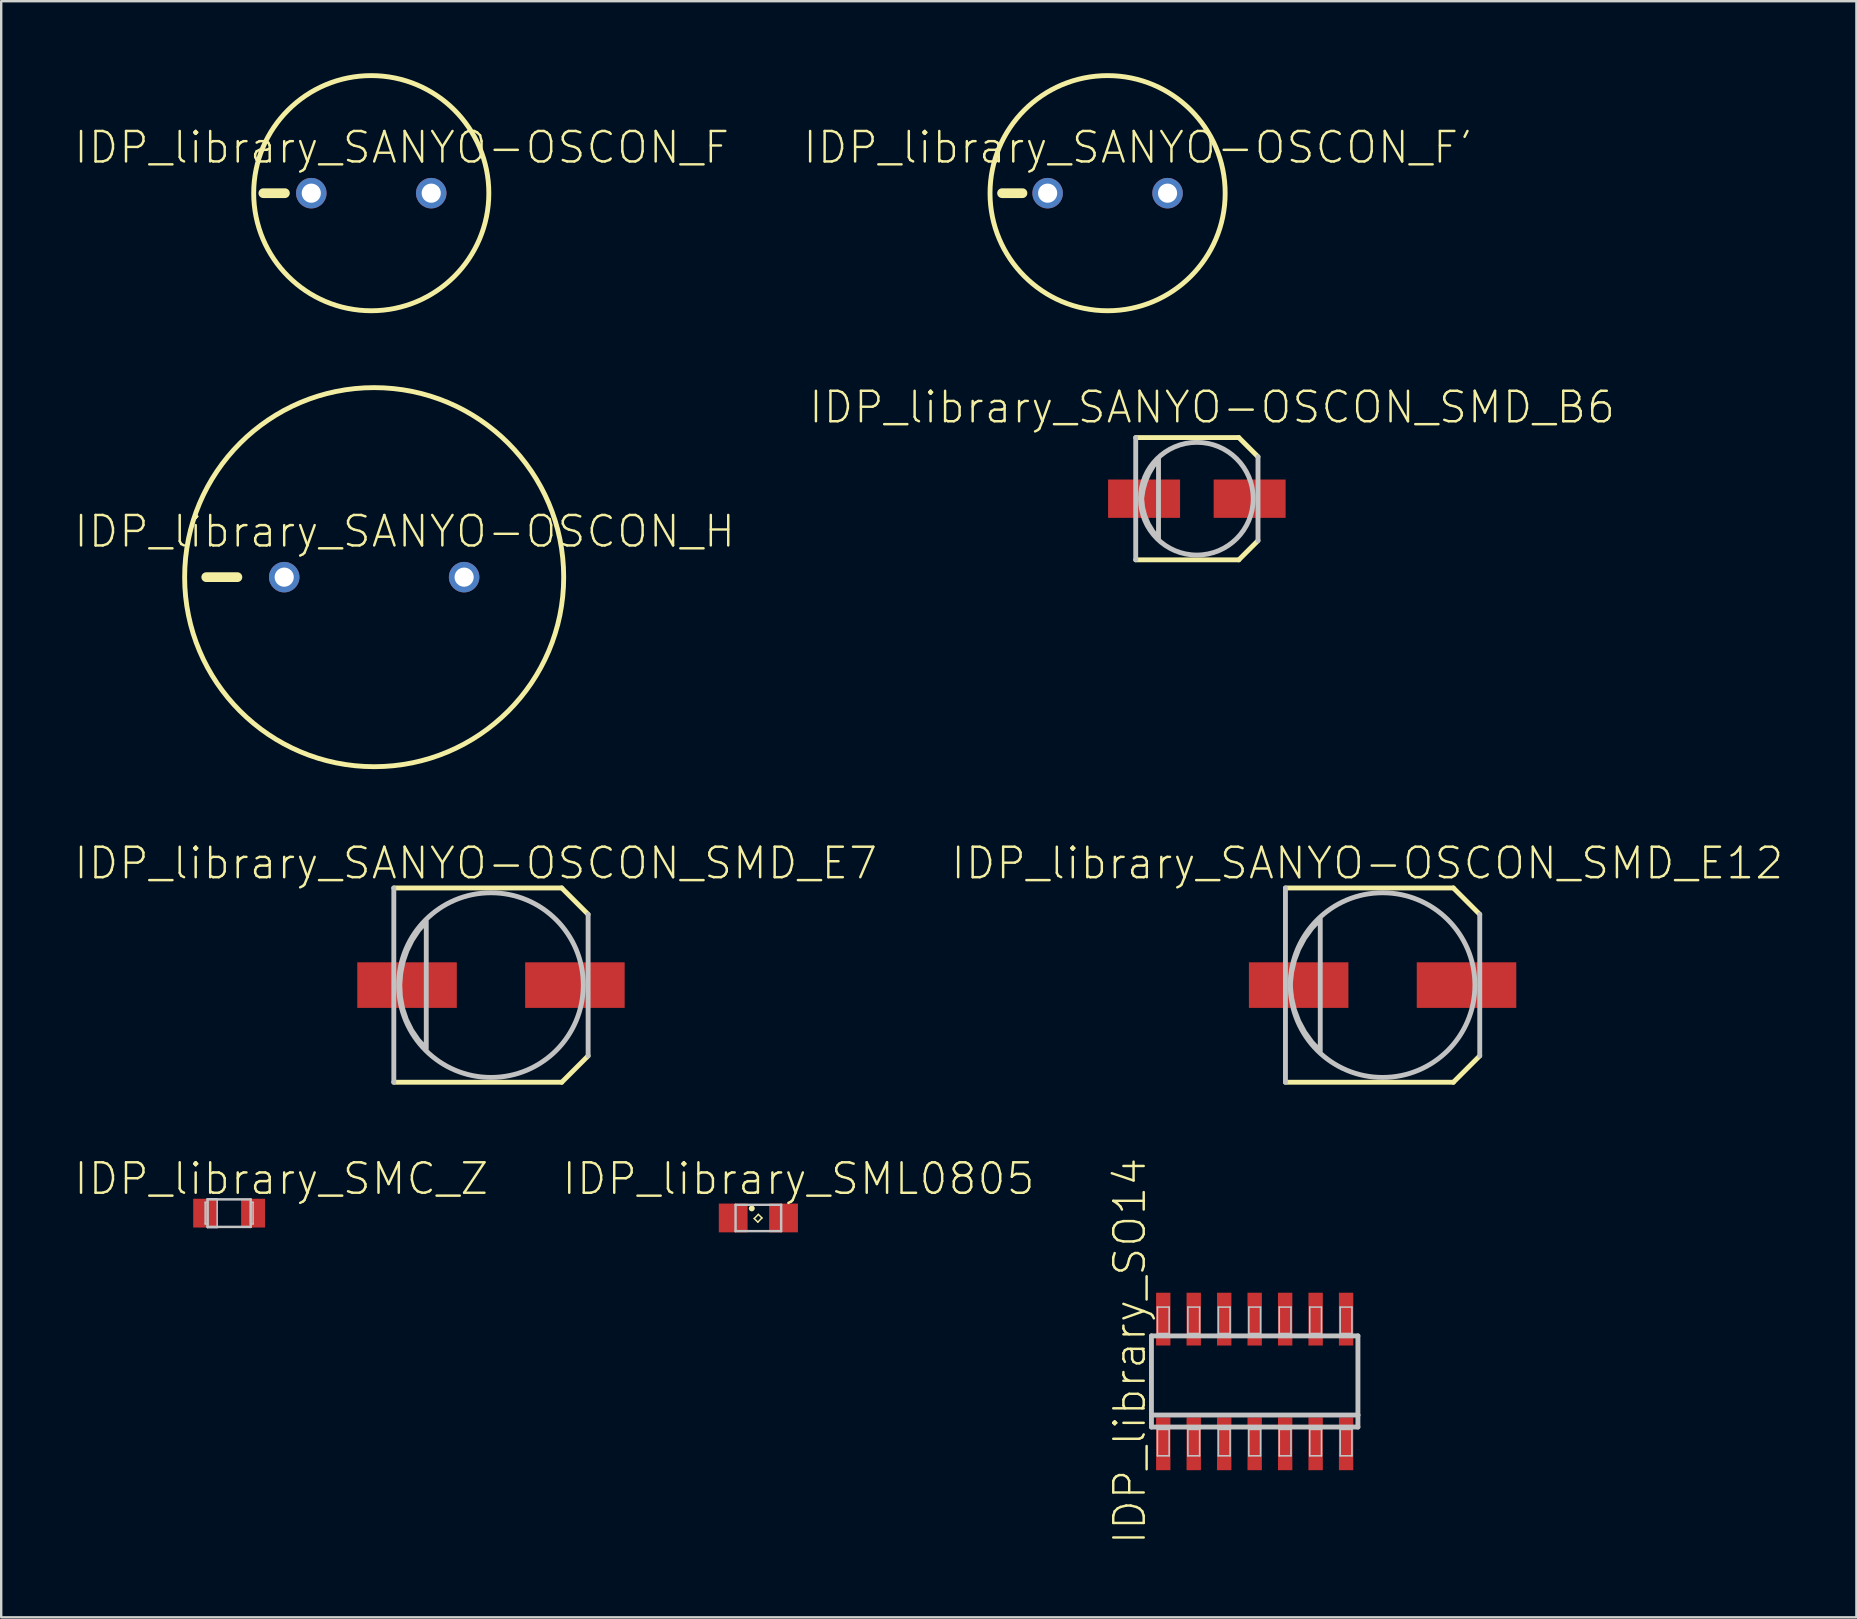
<source format=kicad_pcb>
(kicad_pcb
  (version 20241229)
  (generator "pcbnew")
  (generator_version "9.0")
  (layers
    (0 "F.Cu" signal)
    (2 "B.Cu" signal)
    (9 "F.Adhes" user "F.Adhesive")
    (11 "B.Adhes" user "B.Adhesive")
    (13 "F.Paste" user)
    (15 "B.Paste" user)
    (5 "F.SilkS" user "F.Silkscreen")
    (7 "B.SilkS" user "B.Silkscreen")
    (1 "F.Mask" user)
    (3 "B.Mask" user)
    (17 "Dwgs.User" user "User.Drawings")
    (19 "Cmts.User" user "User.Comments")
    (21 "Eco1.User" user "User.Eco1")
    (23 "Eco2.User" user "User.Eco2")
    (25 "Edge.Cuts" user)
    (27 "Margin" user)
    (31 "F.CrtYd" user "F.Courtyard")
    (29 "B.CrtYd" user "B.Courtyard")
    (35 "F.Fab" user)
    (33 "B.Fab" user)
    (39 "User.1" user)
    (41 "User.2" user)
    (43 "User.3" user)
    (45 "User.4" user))
  (footprint "IDP_library_SANYO-OSCON_F'"
    (layer "F.Cu")
    (at 43.111 5.001)
    (property "Reference" "IDP_library_SANYO-OSCON_F'" (at 1.27 -1.905 0) (layer "F.SilkS") (effects (font (size 1.27 1.27) (thickness 0.102))))
    (attr exclude_from_pos_files exclude_from_bom)
    (fp_line (start -3.548 0) (end -4.399 0) (stroke (width 0.406) (type solid)) (layer "F.SilkS"))
    (fp_circle (center 0 0) (end 0 -4.9) (stroke (width 0.203) (type solid)) (fill no) (layer "F.SilkS"))
    (pad "+" thru_hole circle (at 2.499 0) (size 1.27 1.27) (drill 0.798) (layers "*.Cu" "*.Paste" "*.Mask"))
    (pad "-" thru_hole circle (at -2.499 0) (size 1.27 1.27) (drill 0.798) (layers "*.Cu" "*.Paste" "*.Mask")))
  (footprint "IDP_library_SANYO-OSCON_SMD_E7"
    (layer "F.Cu")
    (at 17.412 38.006)
    (property "Reference" "IDP_library_SANYO-OSCON_SMD_E7" (at -0.635 -5.08 0) (layer "F.SilkS") (effects (font (size 1.27 1.27) (thickness 0.102))))
    (attr smd)
    (fp_line (start -4.049 -4.049) (end 2.949 -4.049) (stroke (width 0.203) (type solid)) (layer "F.SilkS"))
    (fp_line (start 2.949 -4.049) (end 4.049 -2.949) (stroke (width 0.203) (type solid)) (layer "F.SilkS"))
    (fp_line (start 2.949 4.049) (end -4.049 4.049) (stroke (width 0.203) (type solid)) (layer "F.SilkS"))
    (fp_line (start 4.049 2.949) (end 2.949 4.049) (stroke (width 0.203) (type solid)) (layer "F.SilkS"))
    (fp_line (start -4.049 4.049) (end -4.049 -4.049) (stroke (width 0.203) (type solid)) (layer "Dwgs.User"))
    (fp_line (start 4.049 -2.949) (end 4.049 2.949) (stroke (width 0.203) (type solid)) (layer "Dwgs.User"))
    (fp_circle (center 0 0) (end 0 -3.848) (stroke (width 0.203) (type solid)) (fill no) (layer "Dwgs.User"))
    (fp_poly (pts (xy -2.697 -2.649) (xy -2.697 2.649) (xy -3.03 2.286) (xy -3.307 1.88) (xy -3.526 1.438) (xy -3.683 0.973) (xy -3.774 0.49) (xy -3.8 0) (xy -3.762 -0.488) (xy -3.665 -0.968) (xy -3.505 -1.43) (xy -3.289 -1.869) (xy -3.02 -2.278) (xy -2.697 -2.649)) (stroke (width 0.203) (type solid)) (fill no) (layer "Dwgs.User"))
    (pad "+" smd rect (at 3.498 0) (size 4.148 1.9) (layers "F.Cu" "F.Mask" "F.Paste"))
    (pad "-" smd rect (at -3.498 0) (size 4.148 1.9) (layers "F.Cu" "F.Mask" "F.Paste")))
  (footprint "IDP_library_SANYO-OSCON_SMD_E12"
    (layer "F.Cu")
    (at 54.572 38.006)
    (property "Reference" "IDP_library_SANYO-OSCON_SMD_E12" (at -0.635 -5.08 0) (layer "F.SilkS") (effects (font (size 1.27 1.27) (thickness 0.102))))
    (attr smd)
    (fp_line (start -4.049 -4.049) (end 2.949 -4.049) (stroke (width 0.203) (type solid)) (layer "F.SilkS"))
    (fp_line (start 2.949 -4.049) (end 4.049 -2.949) (stroke (width 0.203) (type solid)) (layer "F.SilkS"))
    (fp_line (start 2.949 4.049) (end -4.049 4.049) (stroke (width 0.203) (type solid)) (layer "F.SilkS"))
    (fp_line (start 4.049 2.949) (end 2.949 4.049) (stroke (width 0.203) (type solid)) (layer "F.SilkS"))
    (fp_line (start -4.049 4.049) (end -4.049 -4.049) (stroke (width 0.203) (type solid)) (layer "Dwgs.User"))
    (fp_line (start 4.049 -2.949) (end 4.049 2.949) (stroke (width 0.203) (type solid)) (layer "Dwgs.User"))
    (fp_circle (center 0 0) (end 0 -3.848) (stroke (width 0.203) (type solid)) (fill no) (layer "Dwgs.User"))
    (fp_poly (pts (xy -2.598 2.748) (xy -2.598 -2.748) (xy -2.951 -2.372) (xy -3.254 -1.953) (xy -3.498 -1.499) (xy -3.68 -1.016) (xy -3.797 -0.513) (xy -3.848 0) (xy -3.797 0.513) (xy -3.68 1.016) (xy -3.498 1.499) (xy -3.254 1.953) (xy -2.954 2.372) (xy -2.598 2.748)) (stroke (width 0.203) (type solid)) (fill no) (layer "Dwgs.User"))
    (pad "+" smd rect (at 3.498 0) (size 4.148 1.9) (layers "F.Cu" "F.Mask" "F.Paste"))
    (pad "-" smd rect (at -3.498 0) (size 4.148 1.9) (layers "F.Cu" "F.Mask" "F.Paste")))
  (footprint "IDP_library_SMC_Z"
    (layer "F.Cu")
    (at 6.499 47.51)
    (property "Reference" "IDP_library_SMC_Z" (at 2.174 -1.433 0) (layer "F.SilkS") (effects (font (size 1.27 1.27) (thickness 0.102))))
    (attr smd)
    (fp_line (start -0.998 -0.45) (end -0.899 -0.45) (stroke (width 0.066) (type solid)) (layer "Dwgs.User"))
    (fp_line (start -0.998 0.45) (end -0.998 -0.45) (stroke (width 0.066) (type solid)) (layer "Dwgs.User"))
    (fp_line (start -0.998 0.45) (end -0.899 0.45) (stroke (width 0.066) (type solid)) (layer "Dwgs.User"))
    (fp_line (start -0.899 -0.599) (end -0.498 -0.599) (stroke (width 0.066) (type solid)) (layer "Dwgs.User"))
    (fp_line (start -0.899 -0.574) (end -0.899 0.574) (stroke (width 0.102) (type solid)) (layer "Dwgs.User"))
    (fp_line (start -0.899 -0.574) (end 0.899 -0.574) (stroke (width 0.102) (type solid)) (layer "Dwgs.User"))
    (fp_line (start -0.899 0.45) (end -0.899 -0.45) (stroke (width 0.066) (type solid)) (layer "Dwgs.User"))
    (fp_line (start -0.899 0.599) (end -0.899 -0.599) (stroke (width 0.066) (type solid)) (layer "Dwgs.User"))
    (fp_line (start -0.899 0.599) (end -0.498 0.599) (stroke (width 0.066) (type solid)) (layer "Dwgs.User"))
    (fp_line (start -0.498 0.599) (end -0.498 -0.599) (stroke (width 0.066) (type solid)) (layer "Dwgs.User"))
    (fp_line (start 0.899 -0.45) (end 0.899 0.45) (stroke (width 0.066) (type solid)) (layer "Dwgs.User"))
    (fp_line (start 0.899 0.574) (end -0.899 0.574) (stroke (width 0.102) (type solid)) (layer "Dwgs.User"))
    (fp_line (start 0.899 0.574) (end 0.899 -0.574) (stroke (width 0.102) (type solid)) (layer "Dwgs.User"))
    (fp_line (start 0.998 -0.45) (end 0.899 -0.45) (stroke (width 0.066) (type solid)) (layer "Dwgs.User"))
    (fp_line (start 0.998 -0.45) (end 0.998 0.45) (stroke (width 0.066) (type solid)) (layer "Dwgs.User"))
    (fp_line (start 0.998 0.45) (end 0.899 0.45) (stroke (width 0.066) (type solid)) (layer "Dwgs.User"))
    (pad "+" smd rect (at -0.998 0) (size 0.998 1.199) (layers "F.Cu" "F.Mask" "F.Paste"))
    (pad "-" smd rect (at 0.998 0) (size 0.998 1.199) (layers "F.Cu" "F.Mask" "F.Paste")))
  (footprint "IDP_library_SO14"
    (layer "F.Cu")
    (at 49.241 54.525)
    (property "Reference" "IDP_library_SO14" (at -5.207 -1.27 90) (layer "F.SilkS") (effects (font (size 1.27 1.27) (thickness 0.102))))
    (attr smd)
    (fp_line (start -4.303 -1.9) (end 4.303 -1.9) (stroke (width 0.203) (type solid)) (layer "Dwgs.User"))
    (fp_line (start -4.303 1.4) (end -4.303 -1.9) (stroke (width 0.203) (type solid)) (layer "Dwgs.User"))
    (fp_line (start -4.303 1.9) (end -4.303 1.4) (stroke (width 0.203) (type solid)) (layer "Dwgs.User"))
    (fp_line (start -4.054 -3.099) (end -3.564 -3.099) (stroke (width 0.066) (type solid)) (layer "Dwgs.User"))
    (fp_line (start -4.054 -1.999) (end -4.054 -3.099) (stroke (width 0.066) (type solid)) (layer "Dwgs.User"))
    (fp_line (start -4.054 -1.999) (end -3.564 -1.999) (stroke (width 0.066) (type solid)) (layer "Dwgs.User"))
    (fp_line (start -4.054 1.999) (end -3.564 1.999) (stroke (width 0.066) (type solid)) (layer "Dwgs.User"))
    (fp_line (start -4.054 3.099) (end -4.054 1.999) (stroke (width 0.066) (type solid)) (layer "Dwgs.User"))
    (fp_line (start -4.054 3.099) (end -3.564 3.099) (stroke (width 0.066) (type solid)) (layer "Dwgs.User"))
    (fp_line (start -3.564 -1.999) (end -3.564 -3.099) (stroke (width 0.066) (type solid)) (layer "Dwgs.User"))
    (fp_line (start -3.564 3.099) (end -3.564 1.999) (stroke (width 0.066) (type solid)) (layer "Dwgs.User"))
    (fp_line (start -2.784 -3.099) (end -2.294 -3.099) (stroke (width 0.066) (type solid)) (layer "Dwgs.User"))
    (fp_line (start -2.784 -1.999) (end -2.784 -3.099) (stroke (width 0.066) (type solid)) (layer "Dwgs.User"))
    (fp_line (start -2.784 -1.999) (end -2.294 -1.999) (stroke (width 0.066) (type solid)) (layer "Dwgs.User"))
    (fp_line (start -2.784 1.999) (end -2.294 1.999) (stroke (width 0.066) (type solid)) (layer "Dwgs.User"))
    (fp_line (start -2.784 3.099) (end -2.784 1.999) (stroke (width 0.066) (type solid)) (layer "Dwgs.User"))
    (fp_line (start -2.784 3.099) (end -2.294 3.099) (stroke (width 0.066) (type solid)) (layer "Dwgs.User"))
    (fp_line (start -2.294 -1.999) (end -2.294 -3.099) (stroke (width 0.066) (type solid)) (layer "Dwgs.User"))
    (fp_line (start -2.294 3.099) (end -2.294 1.999) (stroke (width 0.066) (type solid)) (layer "Dwgs.User"))
    (fp_line (start -1.514 -3.099) (end -1.024 -3.099) (stroke (width 0.066) (type solid)) (layer "Dwgs.User"))
    (fp_line (start -1.514 -1.999) (end -1.514 -3.099) (stroke (width 0.066) (type solid)) (layer "Dwgs.User"))
    (fp_line (start -1.514 -1.999) (end -1.024 -1.999) (stroke (width 0.066) (type solid)) (layer "Dwgs.User"))
    (fp_line (start -1.514 1.999) (end -1.024 1.999) (stroke (width 0.066) (type solid)) (layer "Dwgs.User"))
    (fp_line (start -1.514 3.099) (end -1.514 1.999) (stroke (width 0.066) (type solid)) (layer "Dwgs.User"))
    (fp_line (start -1.514 3.099) (end -1.024 3.099) (stroke (width 0.066) (type solid)) (layer "Dwgs.User"))
    (fp_line (start -1.024 -1.999) (end -1.024 -3.099) (stroke (width 0.066) (type solid)) (layer "Dwgs.User"))
    (fp_line (start -1.024 3.099) (end -1.024 1.999) (stroke (width 0.066) (type solid)) (layer "Dwgs.User"))
    (fp_line (start -0.244 -3.099) (end 0.244 -3.099) (stroke (width 0.066) (type solid)) (layer "Dwgs.User"))
    (fp_line (start -0.244 -1.999) (end -0.244 -3.099) (stroke (width 0.066) (type solid)) (layer "Dwgs.User"))
    (fp_line (start -0.244 -1.999) (end 0.244 -1.999) (stroke (width 0.066) (type solid)) (layer "Dwgs.User"))
    (fp_line (start -0.244 1.999) (end 0.244 1.999) (stroke (width 0.066) (type solid)) (layer "Dwgs.User"))
    (fp_line (start -0.244 3.099) (end -0.244 1.999) (stroke (width 0.066) (type solid)) (layer "Dwgs.User"))
    (fp_line (start -0.244 3.099) (end 0.244 3.099) (stroke (width 0.066) (type solid)) (layer "Dwgs.User"))
    (fp_line (start 0.244 -1.999) (end 0.244 -3.099) (stroke (width 0.066) (type solid)) (layer "Dwgs.User"))
    (fp_line (start 0.244 3.099) (end 0.244 1.999) (stroke (width 0.066) (type solid)) (layer "Dwgs.User"))
    (fp_line (start 1.024 -3.099) (end 1.514 -3.099) (stroke (width 0.066) (type solid)) (layer "Dwgs.User"))
    (fp_line (start 1.024 -1.999) (end 1.024 -3.099) (stroke (width 0.066) (type solid)) (layer "Dwgs.User"))
    (fp_line (start 1.024 -1.999) (end 1.514 -1.999) (stroke (width 0.066) (type solid)) (layer "Dwgs.User"))
    (fp_line (start 1.024 1.999) (end 1.514 1.999) (stroke (width 0.066) (type solid)) (layer "Dwgs.User"))
    (fp_line (start 1.024 3.099) (end 1.024 1.999) (stroke (width 0.066) (type solid)) (layer "Dwgs.User"))
    (fp_line (start 1.024 3.099) (end 1.514 3.099) (stroke (width 0.066) (type solid)) (layer "Dwgs.User"))
    (fp_line (start 1.514 -1.999) (end 1.514 -3.099) (stroke (width 0.066) (type solid)) (layer "Dwgs.User"))
    (fp_line (start 1.514 3.099) (end 1.514 1.999) (stroke (width 0.066) (type solid)) (layer "Dwgs.User"))
    (fp_line (start 2.294 -3.099) (end 2.784 -3.099) (stroke (width 0.066) (type solid)) (layer "Dwgs.User"))
    (fp_line (start 2.294 -1.999) (end 2.294 -3.099) (stroke (width 0.066) (type solid)) (layer "Dwgs.User"))
    (fp_line (start 2.294 -1.999) (end 2.784 -1.999) (stroke (width 0.066) (type solid)) (layer "Dwgs.User"))
    (fp_line (start 2.294 1.999) (end 2.784 1.999) (stroke (width 0.066) (type solid)) (layer "Dwgs.User"))
    (fp_line (start 2.294 3.099) (end 2.294 1.999) (stroke (width 0.066) (type solid)) (layer "Dwgs.User"))
    (fp_line (start 2.294 3.099) (end 2.784 3.099) (stroke (width 0.066) (type solid)) (layer "Dwgs.User"))
    (fp_line (start 2.784 -1.999) (end 2.784 -3.099) (stroke (width 0.066) (type solid)) (layer "Dwgs.User"))
    (fp_line (start 2.784 3.099) (end 2.784 1.999) (stroke (width 0.066) (type solid)) (layer "Dwgs.User"))
    (fp_line (start 3.564 -3.099) (end 4.054 -3.099) (stroke (width 0.066) (type solid)) (layer "Dwgs.User"))
    (fp_line (start 3.564 -1.999) (end 3.564 -3.099) (stroke (width 0.066) (type solid)) (layer "Dwgs.User"))
    (fp_line (start 3.564 -1.999) (end 4.054 -1.999) (stroke (width 0.066) (type solid)) (layer "Dwgs.User"))
    (fp_line (start 3.564 1.999) (end 4.054 1.999) (stroke (width 0.066) (type solid)) (layer "Dwgs.User"))
    (fp_line (start 3.564 3.099) (end 3.564 1.999) (stroke (width 0.066) (type solid)) (layer "Dwgs.User"))
    (fp_line (start 3.564 3.099) (end 4.054 3.099) (stroke (width 0.066) (type solid)) (layer "Dwgs.User"))
    (fp_line (start 4.054 -1.999) (end 4.054 -3.099) (stroke (width 0.066) (type solid)) (layer "Dwgs.User"))
    (fp_line (start 4.054 3.099) (end 4.054 1.999) (stroke (width 0.066) (type solid)) (layer "Dwgs.User"))
    (fp_line (start 4.303 -1.9) (end 4.303 1.4) (stroke (width 0.203) (type solid)) (layer "Dwgs.User"))
    (fp_line (start 4.303 1.4) (end -4.303 1.4) (stroke (width 0.203) (type solid)) (layer "Dwgs.User"))
    (fp_line (start 4.303 1.4) (end 4.303 1.9) (stroke (width 0.203) (type solid)) (layer "Dwgs.User"))
    (fp_line (start 4.303 1.9) (end -4.303 1.9) (stroke (width 0.203) (type solid)) (layer "Dwgs.User"))
    (pad "1" smd rect (at -3.81 2.598) (size 0.599 2.2) (layers "F.Cu" "F.Mask" "F.Paste"))
    (pad "2" smd rect (at -2.54 2.598) (size 0.599 2.2) (layers "F.Cu" "F.Mask" "F.Paste"))
    (pad "3" smd rect (at -1.27 2.598) (size 0.599 2.2) (layers "F.Cu" "F.Mask" "F.Paste"))
    (pad "4" smd rect (at 0 2.598) (size 0.599 2.2) (layers "F.Cu" "F.Mask" "F.Paste"))
    (pad "5" smd rect (at 1.27 2.598) (size 0.599 2.2) (layers "F.Cu" "F.Mask" "F.Paste"))
    (pad "6" smd rect (at 2.54 2.598) (size 0.599 2.2) (layers "F.Cu" "F.Mask" "F.Paste"))
    (pad "7" smd rect (at 3.81 2.598) (size 0.599 2.2) (layers "F.Cu" "F.Mask" "F.Paste"))
    (pad "8" smd rect (at 3.81 -2.598) (size 0.599 2.2) (layers "F.Cu" "F.Mask" "F.Paste"))
    (pad "9" smd rect (at 2.54 -2.598) (size 0.599 2.2) (layers "F.Cu" "F.Mask" "F.Paste"))
    (pad "10" smd rect (at 1.27 -2.598) (size 0.599 2.2) (layers "F.Cu" "F.Mask" "F.Paste"))
    (pad "11" smd rect (at 0 -2.598) (size 0.599 2.2) (layers "F.Cu" "F.Mask" "F.Paste"))
    (pad "12" smd rect (at -1.27 -2.598) (size 0.599 2.2) (layers "F.Cu" "F.Mask" "F.Paste"))
    (pad "13" smd rect (at -2.54 -2.598) (size 0.599 2.2) (layers "F.Cu" "F.Mask" "F.Paste"))
    (pad "14" smd rect (at -3.81 -2.598) (size 0.599 2.2) (layers "F.Cu" "F.Mask" "F.Paste")))
  (footprint "IDP_library_SANYO-OSCON_F"
    (layer "F.Cu")
    (at 12.423 5.001)
    (property "Reference" "IDP_library_SANYO-OSCON_F" (at 1.27 -1.905 0) (layer "F.SilkS") (effects (font (size 1.27 1.27) (thickness 0.102))))
    (attr exclude_from_pos_files exclude_from_bom)
    (fp_line (start -4.498 0) (end -3.599 0) (stroke (width 0.406) (type solid)) (layer "F.SilkS"))
    (fp_circle (center 0 0) (end 0 -4.9) (stroke (width 0.203) (type solid)) (fill no) (layer "F.SilkS"))
    (pad "+" thru_hole circle (at 2.499 0) (size 1.27 1.27) (drill 0.798) (layers "*.Cu" "*.Paste" "*.Mask"))
    (pad "-" thru_hole circle (at -2.499 0) (size 1.27 1.27) (drill 0.798) (layers "*.Cu" "*.Paste" "*.Mask")))
  (footprint "IDP_library_SML0805"
    (layer "F.Cu")
    (at 28.556 47.711)
    (property "Reference" "IDP_library_SML0805" (at 1.674 -1.633 0) (layer "F.SilkS") (effects (font (size 1.27 1.27) (thickness 0.102))))
    (attr smd)
    (fp_line (start -0.173 0.023) (end 0 -0.15) (stroke (width 0.061) (type solid)) (layer "F.SilkS"))
    (fp_line (start -0.023 0.173) (end -0.173 0.023) (stroke (width 0.061) (type solid)) (layer "F.SilkS"))
    (fp_line (start 0 -0.15) (end 0.15 0) (stroke (width 0.061) (type solid)) (layer "F.SilkS"))
    (fp_line (start 0.15 0) (end -0.023 0.173) (stroke (width 0.061) (type solid)) (layer "F.SilkS"))
    (fp_circle (center -0.274 -0.399) (end -0.274 -0.523) (stroke (width 0) (type solid)) (fill yes) (layer "F.SilkS"))
    (fp_line (start -0.95 -0.549) (end -0.95 0.549) (stroke (width 0.102) (type solid)) (layer "Dwgs.User"))
    (fp_line (start -0.95 0.549) (end 0.95 0.549) (stroke (width 0.102) (type solid)) (layer "Dwgs.User"))
    (fp_line (start 0.95 -0.549) (end -0.95 -0.549) (stroke (width 0.102) (type solid)) (layer "Dwgs.User"))
    (fp_line (start 0.95 0.549) (end 0.95 -0.549) (stroke (width 0.102) (type solid)) (layer "Dwgs.User"))
    (pad "A" smd rect (at 1.049 0) (size 1.199 1.199) (layers "F.Cu" "F.Mask" "F.Paste"))
    (pad "C" smd rect (at -1.049 0) (size 1.199 1.199) (layers "F.Cu" "F.Mask" "F.Paste")))
  (footprint "IDP_library_SANYO-OSCON_H"
    (layer "F.Cu")
    (at 12.544 21.004)
    (property "Reference" "IDP_library_SANYO-OSCON_H" (at 1.27 -1.905 0) (layer "F.SilkS") (effects (font (size 1.27 1.27) (thickness 0.102))))
    (attr exclude_from_pos_files exclude_from_bom)
    (fp_line (start -6.998 0) (end -5.7 0) (stroke (width 0.406) (type solid)) (layer "F.SilkS"))
    (fp_circle (center 0 0) (end 0 -7.899) (stroke (width 0.203) (type solid)) (fill no) (layer "F.SilkS"))
    (pad "+" thru_hole circle (at 3.749 0) (size 1.27 1.27) (drill 0.798) (layers "*.Cu" "*.Paste" "*.Mask"))
    (pad "-" thru_hole circle (at -3.749 0) (size 1.27 1.27) (drill 0.798) (layers "*.Cu" "*.Paste" "*.Mask")))
  (footprint "IDP_library_SANYO-OSCON_SMD_B6"
    (layer "F.Cu")
    (at 46.831 17.734)
    (property "Reference" "IDP_library_SANYO-OSCON_SMD_B6" (at 0.635 -3.81 0) (layer "F.SilkS") (effects (font (size 1.27 1.27) (thickness 0.102))))
    (attr smd)
    (fp_line (start -2.548 -2.548) (end 1.748 -2.548) (stroke (width 0.203) (type solid)) (layer "F.SilkS"))
    (fp_line (start 1.748 -2.548) (end 2.548 -1.748) (stroke (width 0.203) (type solid)) (layer "F.SilkS"))
    (fp_line (start 1.748 2.548) (end -2.548 2.548) (stroke (width 0.203) (type solid)) (layer "F.SilkS"))
    (fp_line (start 2.548 1.748) (end 1.748 2.548) (stroke (width 0.203) (type solid)) (layer "F.SilkS"))
    (fp_line (start -2.548 2.548) (end -2.548 -2.548) (stroke (width 0.203) (type solid)) (layer "Dwgs.User"))
    (fp_line (start 2.548 -1.748) (end 2.548 1.748) (stroke (width 0.203) (type solid)) (layer "Dwgs.User"))
    (fp_circle (center 0 0) (end 0 -2.349) (stroke (width 0.203) (type solid)) (fill no) (layer "Dwgs.User"))
    (fp_poly (pts (xy -1.598 1.648) (xy -1.598 -1.648) (xy -1.819 -1.359) (xy -2.004 -1.044) (xy -2.146 -0.709) (xy -2.245 -0.358) (xy -2.299 0) (xy -2.261 0.363) (xy -2.169 0.719) (xy -2.024 1.054) (xy -1.834 1.367) (xy -1.598 1.648)) (stroke (width 0.203) (type solid)) (fill no) (layer "Dwgs.User"))
    (pad "+" smd rect (at 2.2 0) (size 3 1.598) (layers "F.Cu" "F.Mask" "F.Paste"))
    (pad "-" smd rect (at -2.2 0) (size 3 1.598) (layers "F.Cu" "F.Mask" "F.Paste")))
  (gr_rect
    (start -3 -3)
    (end 74.319 64.354)
    (stroke (width 0.1) (type default))
    (fill no)
    (layer "Edge.Cuts")))
</source>
